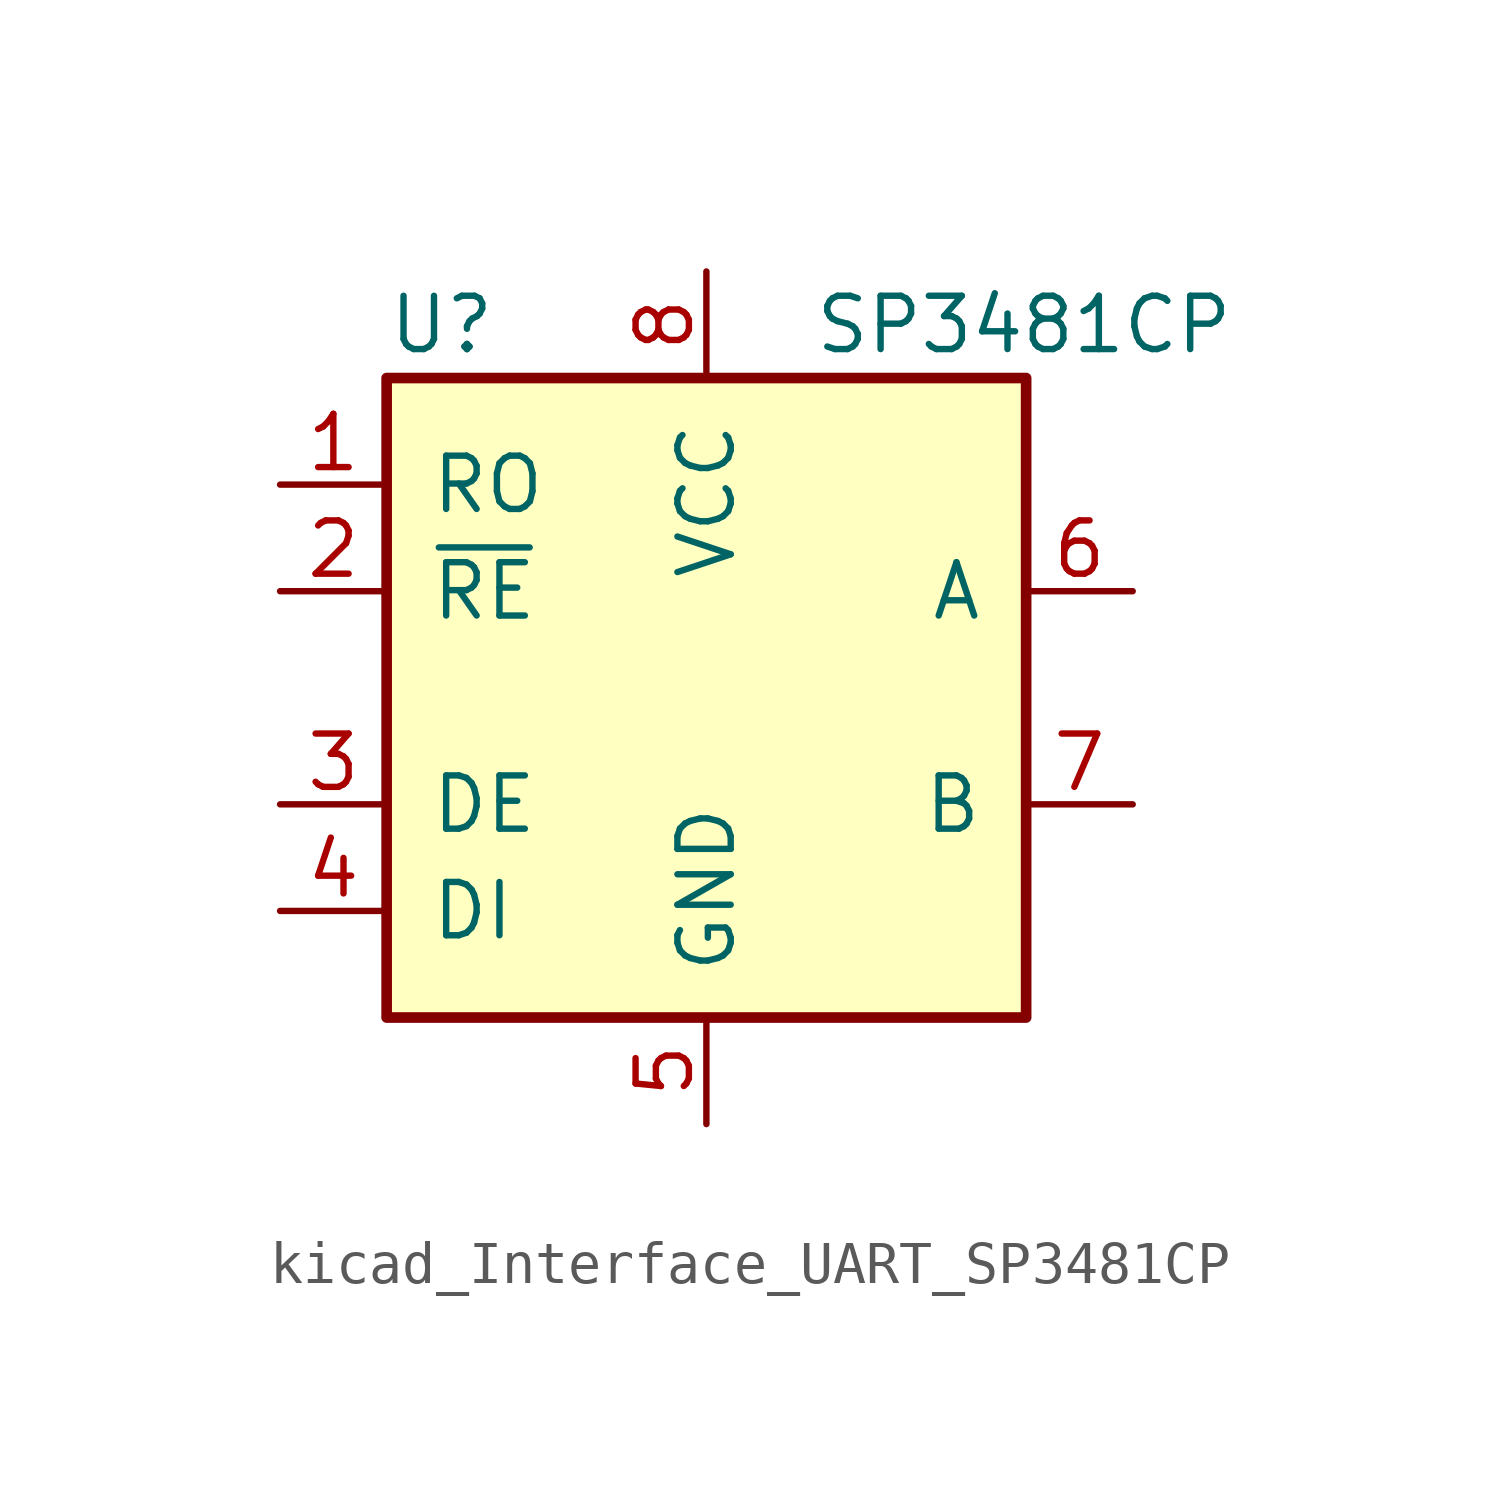
<source format=kicad_sym>
(kicad_symbol_lib
  (version 20220914)
  (generator kicad_symbol_editor)
  (symbol "kicad_Interface_UART_SP3481CP"
    (pin_names
      (offset 1.016))
    (property "Reference" "U"
      (at -7.62 8.89 0)
      (effects (font (size 1.27 1.27)) (justify left)))
    (property "Value" "SP3481CP"
      (at 2.54 8.89 0)
      (effects (font (size 1.27 1.27)) (justify left)))
    (symbol "kicad_Interface_UART_SP3481CP_0_1"
      (rectangle (start -7.62 7.62) (end 7.62 -7.62) (stroke (width 0.254) (type default)) (fill (type background))))
    (symbol "kicad_Interface_UART_SP3481CP_1_1"
      (pin output line (at -10.16 5.08 0) (length 2.54) (name "RO" (effects (font (size 1.27 1.27)))) (number "1" (effects (font (size 1.27 1.27)))))
      (pin input line (at -10.16 2.54 0) (length 2.54) (name "~{RE}" (effects (font (size 1.27 1.27)))) (number "2" (effects (font (size 1.27 1.27)))))
      (pin input line (at -10.16 -2.54 0) (length 2.54) (name "DE" (effects (font (size 1.27 1.27)))) (number "3" (effects (font (size 1.27 1.27)))))
      (pin input line (at -10.16 -5.08 0) (length 2.54) (name "DI" (effects (font (size 1.27 1.27)))) (number "4" (effects (font (size 1.27 1.27)))))
      (pin power_in line (at 0 -10.16 90) (length 2.54) (name "GND" (effects (font (size 1.27 1.27)))) (number "5" (effects (font (size 1.27 1.27)))))
      (pin bidirectional line (at 10.16 2.54 180) (length 2.54) (name "A" (effects (font (size 1.27 1.27)))) (number "6" (effects (font (size 1.27 1.27)))))
      (pin bidirectional line (at 10.16 -2.54 180) (length 2.54) (name "B" (effects (font (size 1.27 1.27)))) (number "7" (effects (font (size 1.27 1.27)))))
      (pin power_in line (at 0 10.16 270) (length 2.54) (name "VCC" (effects (font (size 1.27 1.27)))) (number "8" (effects (font (size 1.27 1.27))))))))
</source>
